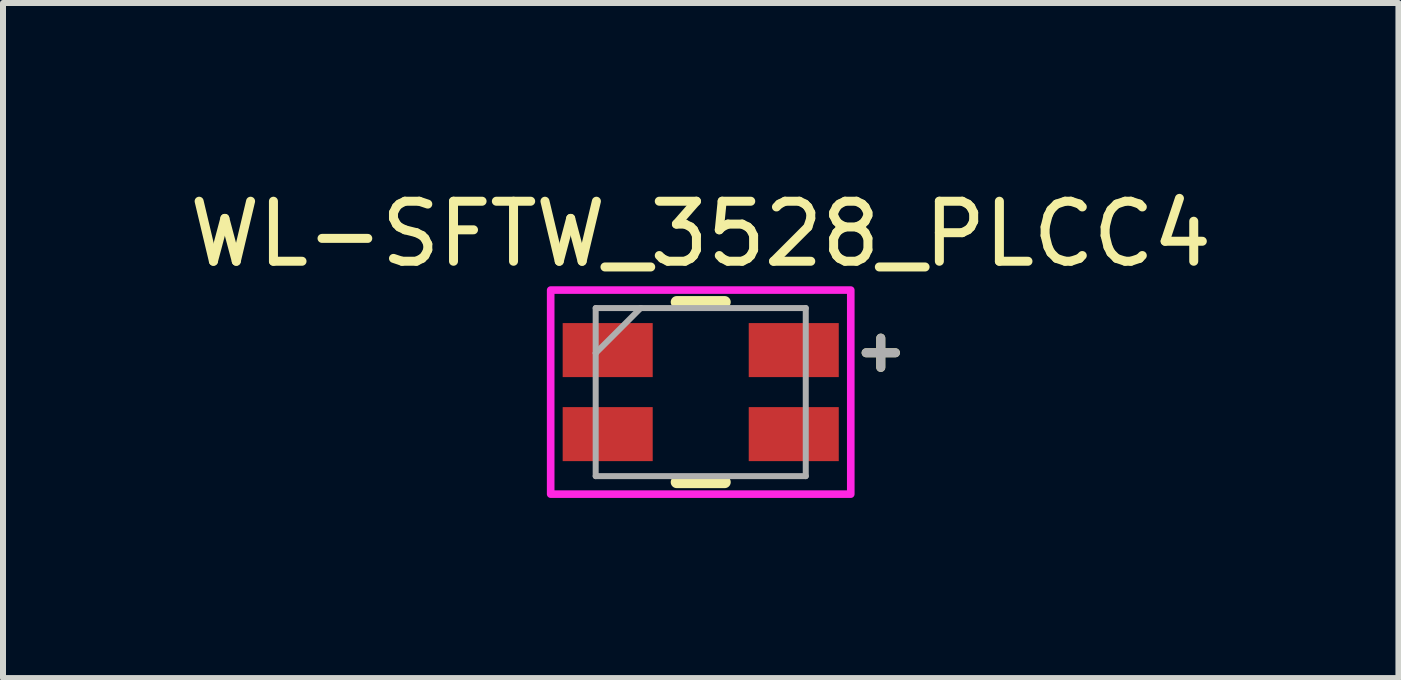
<source format=kicad_pcb>
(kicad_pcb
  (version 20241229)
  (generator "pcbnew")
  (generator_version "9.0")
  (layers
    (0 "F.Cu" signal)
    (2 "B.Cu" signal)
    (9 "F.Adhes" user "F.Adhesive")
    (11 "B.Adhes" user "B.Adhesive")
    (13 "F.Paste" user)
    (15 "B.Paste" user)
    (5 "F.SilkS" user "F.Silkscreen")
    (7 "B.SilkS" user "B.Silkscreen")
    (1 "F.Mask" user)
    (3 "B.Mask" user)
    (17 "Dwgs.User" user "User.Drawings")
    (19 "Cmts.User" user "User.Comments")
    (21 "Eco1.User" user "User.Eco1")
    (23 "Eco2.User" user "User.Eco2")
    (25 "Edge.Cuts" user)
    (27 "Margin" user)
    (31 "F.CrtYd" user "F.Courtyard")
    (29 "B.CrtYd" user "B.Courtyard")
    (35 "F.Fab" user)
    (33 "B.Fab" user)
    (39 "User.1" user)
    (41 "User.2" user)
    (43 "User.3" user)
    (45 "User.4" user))
  (footprint "WL-SFTW_3528_PLCC4"
    (layer "F.Cu")
    (at 8.625 3.483)
    (property "Reference" "WL-SFTW_3528_PLCC4" (at 0 -2.635 0) (layer "F.SilkS") (effects (font (size 1 1) (thickness 0.15))))
    (attr smd)
    (fp_line (start -0.4 -1.5) (end 0.4 -1.5) (stroke (width 0.2) (type solid)) (layer "F.SilkS"))
    (fp_line (start -0.4 1.5) (end 0.4 1.5) (stroke (width 0.2) (type solid)) (layer "F.SilkS"))
    (fp_poly (pts (xy -2.5 -1.7) (xy 2.5 -1.7) (xy 2.5 1.7) (xy -2.5 1.7)) (stroke (width 0.127) (type solid)) (fill no) (layer "F.CrtYd"))
    (fp_line (start -1.75 -1.4) (end -1 -1.4) (stroke (width 0.1) (type solid)) (layer "F.Fab"))
    (fp_line (start -1.75 -0.65) (end -1.75 -1.4) (stroke (width 0.1) (type solid)) (layer "F.Fab"))
    (fp_line (start -1.75 -0.65) (end -1 -1.4) (stroke (width 0.1) (type solid)) (layer "F.Fab"))
    (fp_line (start -1.75 1.4) (end -1.75 -0.65) (stroke (width 0.1) (type solid)) (layer "F.Fab"))
    (fp_line (start -1 -1.4) (end 1.75 -1.4) (stroke (width 0.1) (type solid)) (layer "F.Fab"))
    (fp_line (start 1.75 -1.4) (end 1.75 1.4) (stroke (width 0.1) (type solid)) (layer "F.Fab"))
    (fp_line (start 1.75 1.4) (end -1.75 1.4) (stroke (width 0.1) (type solid)) (layer "F.Fab"))
    (fp_text user "+" (at 3 -0.7 0) (layer "F.SilkS") (effects (font (size 0.64 0.64) (thickness 0.15))))
    (fp_text user "+" (at 3 -0.7 0) (layer "F.Fab") (effects (font (size 0.64 0.64) (thickness 0.15))))
    (pad "1" smd rect (at 1.55 -0.7) (size 1.5 0.9) (layers "F.Cu" "F.Mask" "F.Paste"))
    (pad "2" smd rect (at 1.55 0.7) (size 1.5 0.9) (layers "F.Cu" "F.Mask" "F.Paste"))
    (pad "3" smd rect (at -1.55 -0.7) (size 1.5 0.9) (layers "F.Cu" "F.Mask" "F.Paste"))
    (pad "4" smd rect (at -1.55 0.7) (size 1.5 0.9) (layers "F.Cu" "F.Mask" "F.Paste")))
  (gr_rect
    (start -3 -3)
    (end 20.25 8.247)
    (stroke (width 0.1) (type default))
    (fill no)
    (layer "Edge.Cuts")))
</source>
